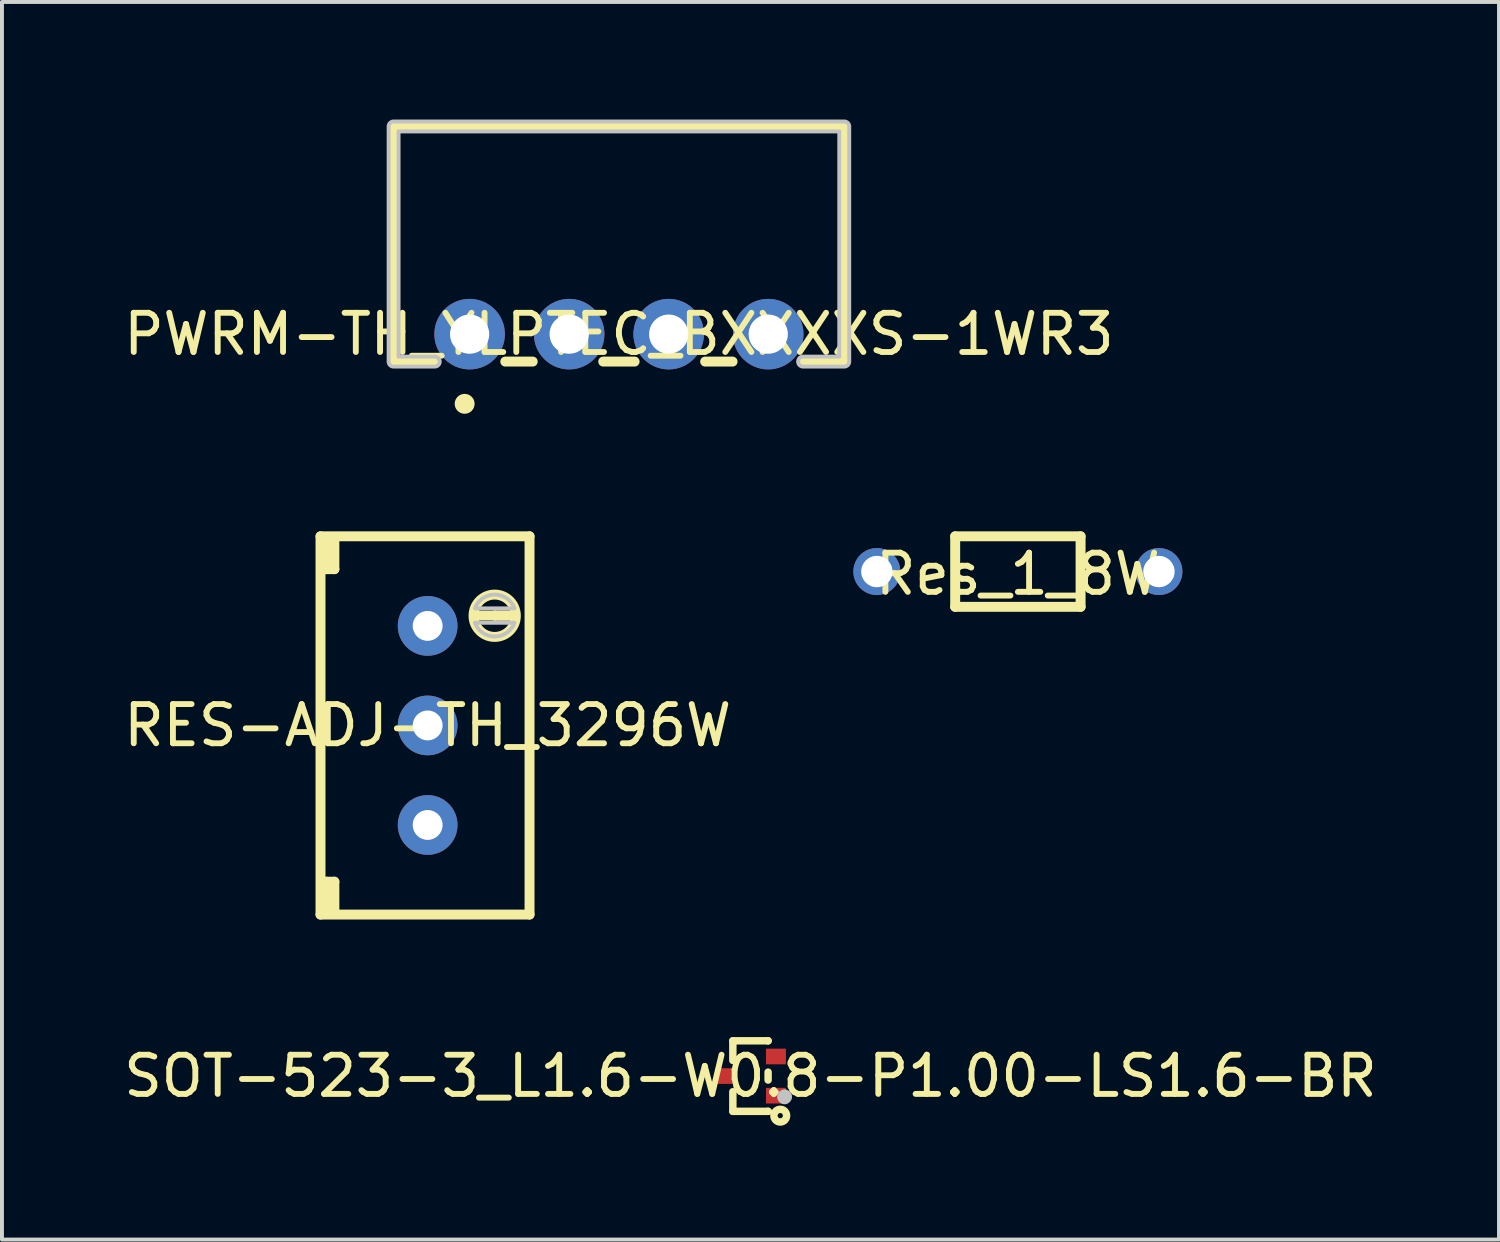
<source format=kicad_pcb>
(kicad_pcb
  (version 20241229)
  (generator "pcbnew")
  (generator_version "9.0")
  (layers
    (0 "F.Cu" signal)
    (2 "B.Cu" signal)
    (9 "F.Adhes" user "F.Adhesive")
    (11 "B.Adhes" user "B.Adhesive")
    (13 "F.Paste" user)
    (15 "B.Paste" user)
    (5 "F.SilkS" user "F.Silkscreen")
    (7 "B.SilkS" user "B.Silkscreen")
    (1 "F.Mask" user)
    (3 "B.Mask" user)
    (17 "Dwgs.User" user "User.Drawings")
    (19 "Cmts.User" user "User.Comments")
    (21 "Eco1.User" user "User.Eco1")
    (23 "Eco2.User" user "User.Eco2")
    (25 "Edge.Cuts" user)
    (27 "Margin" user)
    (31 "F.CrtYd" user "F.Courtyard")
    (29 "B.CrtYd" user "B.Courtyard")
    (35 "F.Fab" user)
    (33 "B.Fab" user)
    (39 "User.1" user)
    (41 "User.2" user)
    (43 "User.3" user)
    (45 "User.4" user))
  (footprint "Res_1_8W"
    (layer "F.Cu")
    (at 22.925 11.598)
    (property "Reference" "Res_1_8W" (at 0 0 0) (layer "F.SilkS") (effects (font (size 1 1) (thickness 0.15))))
    (fp_line (start -1.6 -0.962) (end 1.6 -0.962) (stroke (width 0.254) (type default)) (layer "F.SilkS"))
    (fp_line (start -1.6 0.837) (end -1.6 -0.962) (stroke (width 0.254) (type default)) (layer "F.SilkS"))
    (fp_line (start 1.6 -0.962) (end 1.6 0.837) (stroke (width 0.254) (type default)) (layer "F.SilkS"))
    (fp_line (start 1.6 0.837) (end -1.6 0.837) (stroke (width 0.254) (type default)) (layer "F.SilkS"))
    (fp_poly (pts (xy -3.8 0.138) (xy -3.8 -0.264) (xy -1.501 -0.264) (xy -1.501 0.138)) (stroke (width 0.1) (type default)) (fill no) (layer "User.1"))
    (fp_poly (pts (xy 3.8 -0.264) (xy 3.8 0.138) (xy 1.501 0.138) (xy 1.501 -0.264)) (stroke (width 0.1) (type default)) (fill no) (layer "User.1"))
    (fp_poly (pts (xy -3.398 -0.063) (xy -3.418 -0.15) (xy -3.474 -0.22) (xy -3.554 -0.258) (xy -3.644 -0.258) (xy -3.724 -0.22) (xy -3.78 -0.15) (xy -3.8 -0.063) (xy -3.78 0.024) (xy -3.724 0.094) (xy -3.644 0.132) (xy -3.554 0.132) (xy -3.474 0.094) (xy -3.418 0.024)) (stroke (width 0.1) (type default)) (fill no) (layer "User.1"))
    (fp_poly (pts (xy 3.8 -0.063) (xy 3.78 -0.15) (xy 3.724 -0.22) (xy 3.644 -0.258) (xy 3.554 -0.258) (xy 3.474 -0.22) (xy 3.418 -0.15) (xy 3.398 -0.063) (xy 3.418 0.024) (xy 3.474 0.094) (xy 3.554 0.132) (xy 3.644 0.132) (xy 3.724 0.094) (xy 3.78 0.024)) (stroke (width 0.1) (type default)) (fill no) (layer "User.1"))
    (fp_line (start -1.6 -0.962) (end 1.6 -0.962) (stroke (width 0.051) (type default)) (layer "User.2"))
    (fp_line (start -1.6 0.837) (end -1.6 -0.962) (stroke (width 0.051) (type default)) (layer "User.2"))
    (fp_line (start 1.6 -0.962) (end 1.6 0.837) (stroke (width 0.051) (type default)) (layer "User.2"))
    (fp_line (start 1.6 0.837) (end -1.6 0.837) (stroke (width 0.051) (type default)) (layer "User.2"))
    (fp_poly (pts (xy -3.739 0.837) (xy -3.757 0.793) (xy -3.8 0.775) (xy -3.843 0.793) (xy -3.861 0.837) (xy -3.843 0.88) (xy -3.8 0.897) (xy -3.757 0.88)) (stroke (width 0.1) (type default)) (fill no) (layer "User.3"))
    (pad "1" thru_hole circle (at -3.599 -0.063) (size 1.199 1.199) (drill 0.8) (layers "*.Cu" "*.Mask"))
    (pad "2" thru_hole circle (at 3.599 -0.063) (size 1.199 1.199) (drill 0.8) (layers "*.Cu" "*.Mask")))
  (footprint "RES-ADJ-TH_3296W"
    (layer "F.Cu")
    (at 7.863 15.462)
    (property "Reference" "RES-ADJ-TH_3296W" (at 0 0 0) (layer "F.SilkS") (effects (font (size 1 1) (thickness 0.15))))
    (fp_line (start -2.734 -4.826) (end 2.6 -4.826) (stroke (width 0.254) (type default)) (layer "F.SilkS"))
    (fp_line (start -2.734 4.826) (end -2.734 -4.826) (stroke (width 0.254) (type default)) (layer "F.SilkS"))
    (fp_line (start -2.58 -4.75) (end -2.38 -4.75) (stroke (width 0.254) (type default)) (layer "F.SilkS"))
    (fp_line (start -2.58 -3.988) (end -2.58 -4.75) (stroke (width 0.254) (type default)) (layer "F.SilkS"))
    (fp_line (start -2.58 3.988) (end -2.38 3.988) (stroke (width 0.254) (type default)) (layer "F.SilkS"))
    (fp_line (start -2.58 4.75) (end -2.58 3.988) (stroke (width 0.254) (type default)) (layer "F.SilkS"))
    (fp_line (start -2.38 -4.75) (end -2.38 -3.988) (stroke (width 0.254) (type default)) (layer "F.SilkS"))
    (fp_line (start -2.38 -3.988) (end -2.58 -3.988) (stroke (width 0.254) (type default)) (layer "F.SilkS"))
    (fp_line (start -2.38 3.988) (end -2.38 4.75) (stroke (width 0.254) (type default)) (layer "F.SilkS"))
    (fp_line (start -2.38 4.75) (end -2.58 4.75) (stroke (width 0.254) (type default)) (layer "F.SilkS"))
    (fp_line (start 1.33 -2.804) (end 1.711 -2.804) (stroke (width 0.254) (type default)) (layer "F.SilkS"))
    (fp_line (start 1.711 -2.804) (end 2.092 -2.804) (stroke (width 0.254) (type default)) (layer "F.SilkS"))
    (fp_line (start 2.092 -2.804) (end 1.711 -2.804) (stroke (width 0.254) (type default)) (layer "F.SilkS"))
    (fp_line (start 2.6 -4.826) (end 2.6 4.826) (stroke (width 0.254) (type default)) (layer "F.SilkS"))
    (fp_line (start 2.6 4.826) (end -2.734 4.826) (stroke (width 0.254) (type default)) (layer "F.SilkS"))
    (fp_arc (start 2.2505 -2.794) (mid 1.170477 -2.799) (end 2.2505 -2.804) (stroke (width 0.254) (type default)) (layer "F.SilkS"))
    (fp_poly (pts (arc (start 1.2055 -2.62) (mid 1.711 -2.269648) (end 2.2165 -2.62))) (stroke (width 0.1) (type default)) (fill no) (layer "Dwgs.User"))
    (fp_poly (pts (arc (start 2.2165 -2.988) (mid 1.711 -3.338352) (end 1.2055 -2.988))) (stroke (width 0.1) (type default)) (fill no) (layer "Dwgs.User"))
    (fp_poly (pts (xy 0.25 -2.55) (xy 0.231 -2.646) (xy 0.177 -2.727) (xy 0.096 -2.781) (xy 0 -2.8) (xy -0.096 -2.781) (xy -0.177 -2.727) (xy -0.231 -2.646) (xy -0.25 -2.55) (xy -0.231 -2.454) (xy -0.177 -2.373) (xy -0.096 -2.319) (xy 0 -2.3) (xy 0.096 -2.319) (xy 0.177 -2.373) (xy 0.231 -2.454)) (stroke (width 0.1) (type default)) (fill no) (layer "User.1"))
    (fp_poly (pts (xy 0.25 -0.01) (xy 0.231 -0.106) (xy 0.177 -0.187) (xy 0.096 -0.241) (xy 0 -0.26) (xy -0.096 -0.241) (xy -0.177 -0.187) (xy -0.231 -0.106) (xy -0.25 -0.01) (xy -0.231 0.086) (xy -0.177 0.167) (xy -0.096 0.221) (xy 0 0.24) (xy 0.096 0.221) (xy 0.177 0.167) (xy 0.231 0.086)) (stroke (width 0.1) (type default)) (fill no) (layer "User.1"))
    (fp_poly (pts (xy 0.25 2.55) (xy 0.231 2.454) (xy 0.177 2.373) (xy 0.096 2.319) (xy 0 2.3) (xy -0.096 2.319) (xy -0.177 2.373) (xy -0.231 2.454) (xy -0.25 2.55) (xy -0.231 2.646) (xy -0.177 2.727) (xy -0.096 2.781) (xy 0 2.8) (xy 0.096 2.781) (xy 0.177 2.727) (xy 0.231 2.646)) (stroke (width 0.1) (type default)) (fill no) (layer "User.1"))
    (fp_line (start -2.355 -4.765) (end 2.475 -4.765) (stroke (width 0.051) (type default)) (layer "User.2"))
    (fp_line (start -2.355 4.765) (end -2.355 -4.765) (stroke (width 0.051) (type default)) (layer "User.2"))
    (fp_line (start 2.475 -4.765) (end 2.475 4.765) (stroke (width 0.051) (type default)) (layer "User.2"))
    (fp_line (start 2.475 4.765) (end -2.355 4.765) (stroke (width 0.051) (type default)) (layer "User.2"))
    (fp_poly (pts (xy -2.295 -4.765) (xy -2.313 -4.807) (xy -2.355 -4.825) (xy -2.397 -4.807) (xy -2.415 -4.765) (xy -2.397 -4.723) (xy -2.355 -4.705) (xy -2.313 -4.723)) (stroke (width 0.1) (type default)) (fill no) (layer "User.3"))
    (pad "1" thru_hole circle (at 0 -2.54 270) (size 1.524 1.524) (drill 0.762) (layers "*.Cu" "*.Mask"))
    (pad "2" thru_hole circle (at 0 0 270) (size 1.524 1.524) (drill 0.762) (layers "*.Cu" "*.Mask"))
    (pad "3" thru_hole circle (at 0 2.54 270) (size 1.524 1.524) (drill 0.762) (layers "*.Cu" "*.Mask")))
  (footprint "PWRM-TH_YLPTEC_BXXXXS-1WR3"
    (layer "F.Cu")
    (at 12.744 5.477)
    (property "Reference" "PWRM-TH_YLPTEC_BXXXXS-1WR3" (at 0 0 0) (layer "F.SilkS") (effects (font (size 1 1) (thickness 0.15))))
    (fp_line (start -5.75 -5.3) (end -5.75 0.7) (stroke (width 0.254) (type default)) (layer "F.SilkS"))
    (fp_line (start -5.75 0.7) (end -4.7 0.7) (stroke (width 0.254) (type default)) (layer "F.SilkS"))
    (fp_line (start -2.9 0.7) (end -2.2 0.7) (stroke (width 0.254) (type default)) (layer "F.SilkS"))
    (fp_line (start -0.4 0.7) (end 0.4 0.7) (stroke (width 0.254) (type default)) (layer "F.SilkS"))
    (fp_line (start 2.2 0.7) (end 2.9 0.7) (stroke (width 0.254) (type default)) (layer "F.SilkS"))
    (fp_line (start 4.7 0.7) (end 5.75 0.7) (stroke (width 0.254) (type default)) (layer "F.SilkS"))
    (fp_line (start 5.75 -5.3) (end -5.75 -5.3) (stroke (width 0.254) (type default)) (layer "F.SilkS"))
    (fp_line (start 5.75 0.7) (end 5.75 -5.3) (stroke (width 0.254) (type default)) (layer "F.SilkS"))
    (fp_circle (center -3.937 1.778) (end -3.81 1.778) (stroke (width 0.254) (type default)) (fill no) (layer "F.SilkS"))
    (fp_poly (pts (arc (start 4.7 0.827) (mid 4.573 0.7) (end 4.7 0.573)) (xy 5.623 0.573) (xy 5.623 -5.173) (xy -5.623 -5.173) (xy -5.623 0.573) (arc (start -4.7 0.573) (mid -4.573 0.7) (end -4.7 0.827)) (arc (start -5.75 0.827) (mid -5.839803 0.789803) (end -5.877 0.7)) (arc (start -5.877 -5.3) (mid -5.839803 -5.389803) (end -5.75 -5.427)) (arc (start 5.75 -5.427) (mid 5.839803 -5.389803) (end 5.877 -5.3)) (arc (start 5.877 0.7) (mid 5.839803 0.789803) (end 5.75 0.827))) (stroke (width 0.1) (type default)) (fill no) (layer "Dwgs.User"))
    (fp_poly (pts (xy -4.06 -0.15) (xy -3.56 -0.15) (xy -3.56 0.15) (xy -4.06 0.15)) (stroke (width 0.1) (type default)) (fill no) (layer "User.1"))
    (fp_poly (pts (xy -1.52 -0.15) (xy -1.02 -0.15) (xy -1.02 0.15) (xy -1.52 0.15)) (stroke (width 0.1) (type default)) (fill no) (layer "User.1"))
    (fp_poly (pts (xy 1.02 -0.15) (xy 1.52 -0.15) (xy 1.52 0.15) (xy 1.02 0.15)) (stroke (width 0.1) (type default)) (fill no) (layer "User.1"))
    (fp_poly (pts (xy 3.56 -0.15) (xy 4.06 -0.15) (xy 4.06 0.15) (xy 3.56 0.15)) (stroke (width 0.1) (type default)) (fill no) (layer "User.1"))
    (fp_line (start -5.75 -5.3) (end 5.75 -5.3) (stroke (width 0.051) (type default)) (layer "User.2"))
    (fp_line (start -5.75 0.7) (end -5.75 -5.3) (stroke (width 0.051) (type default)) (layer "User.2"))
    (fp_line (start 5.75 -5.3) (end 5.75 0.7) (stroke (width 0.051) (type default)) (layer "User.2"))
    (fp_line (start 5.75 0.7) (end -5.75 0.7) (stroke (width 0.051) (type default)) (layer "User.2"))
    (fp_poly (pts (xy -5.69 0.7) (xy -5.708 0.658) (xy -5.75 0.64) (xy -5.792 0.658) (xy -5.81 0.7) (xy -5.792 0.742) (xy -5.75 0.76) (xy -5.708 0.742)) (stroke (width 0.1) (type default)) (fill no) (layer "User.3"))
    (pad "1" thru_hole circle (at -3.81 0) (size 1.8 1.8) (drill 1) (layers "*.Cu" "*.Mask"))
    (pad "2" thru_hole circle (at -1.27 0) (size 1.8 1.8) (drill 1) (layers "*.Cu" "*.Mask"))
    (pad "3" thru_hole circle (at 1.27 0) (size 1.8 1.8) (drill 1) (layers "*.Cu" "*.Mask"))
    (pad "4" thru_hole circle (at 3.81 0) (size 1.8 1.8) (drill 1) (layers "*.Cu" "*.Mask")))
  (footprint "SOT-523-3_L1.6-W0.8-P1.00-LS1.6-BR"
    (layer "F.Cu")
    (at 16.101 24.41)
    (property "Reference" "SOT-523-3_L1.6-W0.8-P1.00-LS1.6-BR" (at 0 0 0) (layer "F.SilkS") (effects (font (size 1 1) (thickness 0.15))))
    (fp_line (start -0.45 -0.9) (end 0.45 -0.9) (stroke (width 0.19) (type default)) (layer "F.SilkS"))
    (fp_line (start -0.45 -0.399) (end -0.45 -0.9) (stroke (width 0.19) (type default)) (layer "F.SilkS"))
    (fp_line (start -0.45 0.9) (end -0.45 0.399) (stroke (width 0.19) (type default)) (layer "F.SilkS"))
    (fp_line (start -0.45 0.9) (end 0.45 0.9) (stroke (width 0.19) (type default)) (layer "F.SilkS"))
    (fp_line (start 0.45 -0.899) (end 0.45 -0.9) (stroke (width 0.19) (type default)) (layer "F.SilkS"))
    (fp_line (start 0.45 0.101) (end 0.45 -0.101) (stroke (width 0.19) (type default)) (layer "F.SilkS"))
    (fp_line (start 0.45 0.9) (end 0.45 0.899) (stroke (width 0.19) (type default)) (layer "F.SilkS"))
    (fp_circle (center 0.76 1.01) (end 0.827 1.01) (stroke (width 0.19) (type default)) (fill no) (layer "F.SilkS"))
    (fp_circle (center 0.87 0.53) (end 0.965 0.53) (stroke (width 0.19) (type default)) (fill no) (layer "Dwgs.User"))
    (fp_poly (pts (xy -0.8 0.1) (xy -0.8 -0.1) (xy -0.44 -0.1) (xy -0.44 0.1)) (stroke (width 0.1) (type default)) (fill no) (layer "User.1"))
    (fp_poly (pts (xy -0.45 0.1) (xy -0.45 -0.1) (xy -0.39 -0.1) (xy -0.39 0.1)) (stroke (width 0.1) (type default)) (fill no) (layer "User.1"))
    (fp_poly (pts (xy 0.39 -0.4) (xy 0.39 -0.6) (xy 0.45 -0.6) (xy 0.45 -0.4)) (stroke (width 0.1) (type default)) (fill no) (layer "User.1"))
    (fp_poly (pts (xy 0.39 0.6) (xy 0.39 0.4) (xy 0.45 0.4) (xy 0.45 0.6)) (stroke (width 0.1) (type default)) (fill no) (layer "User.1"))
    (fp_poly (pts (xy 0.44 -0.4) (xy 0.44 -0.6) (xy 0.8 -0.6) (xy 0.8 -0.4)) (stroke (width 0.1) (type default)) (fill no) (layer "User.1"))
    (fp_poly (pts (xy 0.44 0.6) (xy 0.44 0.4) (xy 0.8 0.4) (xy 0.8 0.6)) (stroke (width 0.1) (type default)) (fill no) (layer "User.1"))
    (fp_line (start -0.4 -0.8) (end 0.4 -0.8) (stroke (width 0.051) (type default)) (layer "User.2"))
    (fp_line (start -0.4 0.8) (end -0.4 -0.8) (stroke (width 0.051) (type default)) (layer "User.2"))
    (fp_line (start 0.4 -0.8) (end 0.4 0.8) (stroke (width 0.051) (type default)) (layer "User.2"))
    (fp_line (start 0.4 0.8) (end -0.4 0.8) (stroke (width 0.051) (type default)) (layer "User.2"))
    (fp_poly (pts (xy 0.82 0.8) (xy 0.814 0.786) (xy 0.8 0.78) (xy 0.786 0.786) (xy 0.78 0.8) (xy 0.786 0.814) (xy 0.8 0.82) (xy 0.814 0.814)) (stroke (width 0.1) (type default)) (fill no) (layer "User.3"))
    (pad "1" smd rect (at 0.65 0.5 90) (size 0.4 0.51) (layers "F.Cu" "F.Mask" "F.Paste"))
    (pad "2" smd rect (at 0.65 -0.5 90) (size 0.4 0.51) (layers "F.Cu" "F.Mask" "F.Paste"))
    (pad "3" smd rect (at -0.65 0 90) (size 0.4 0.51) (layers "F.Cu" "F.Mask" "F.Paste")))
  (gr_rect
    (start -3 -3)
    (end 35.202 28.582)
    (stroke (width 0.1) (type default))
    (fill no)
    (layer "Edge.Cuts")))
</source>
